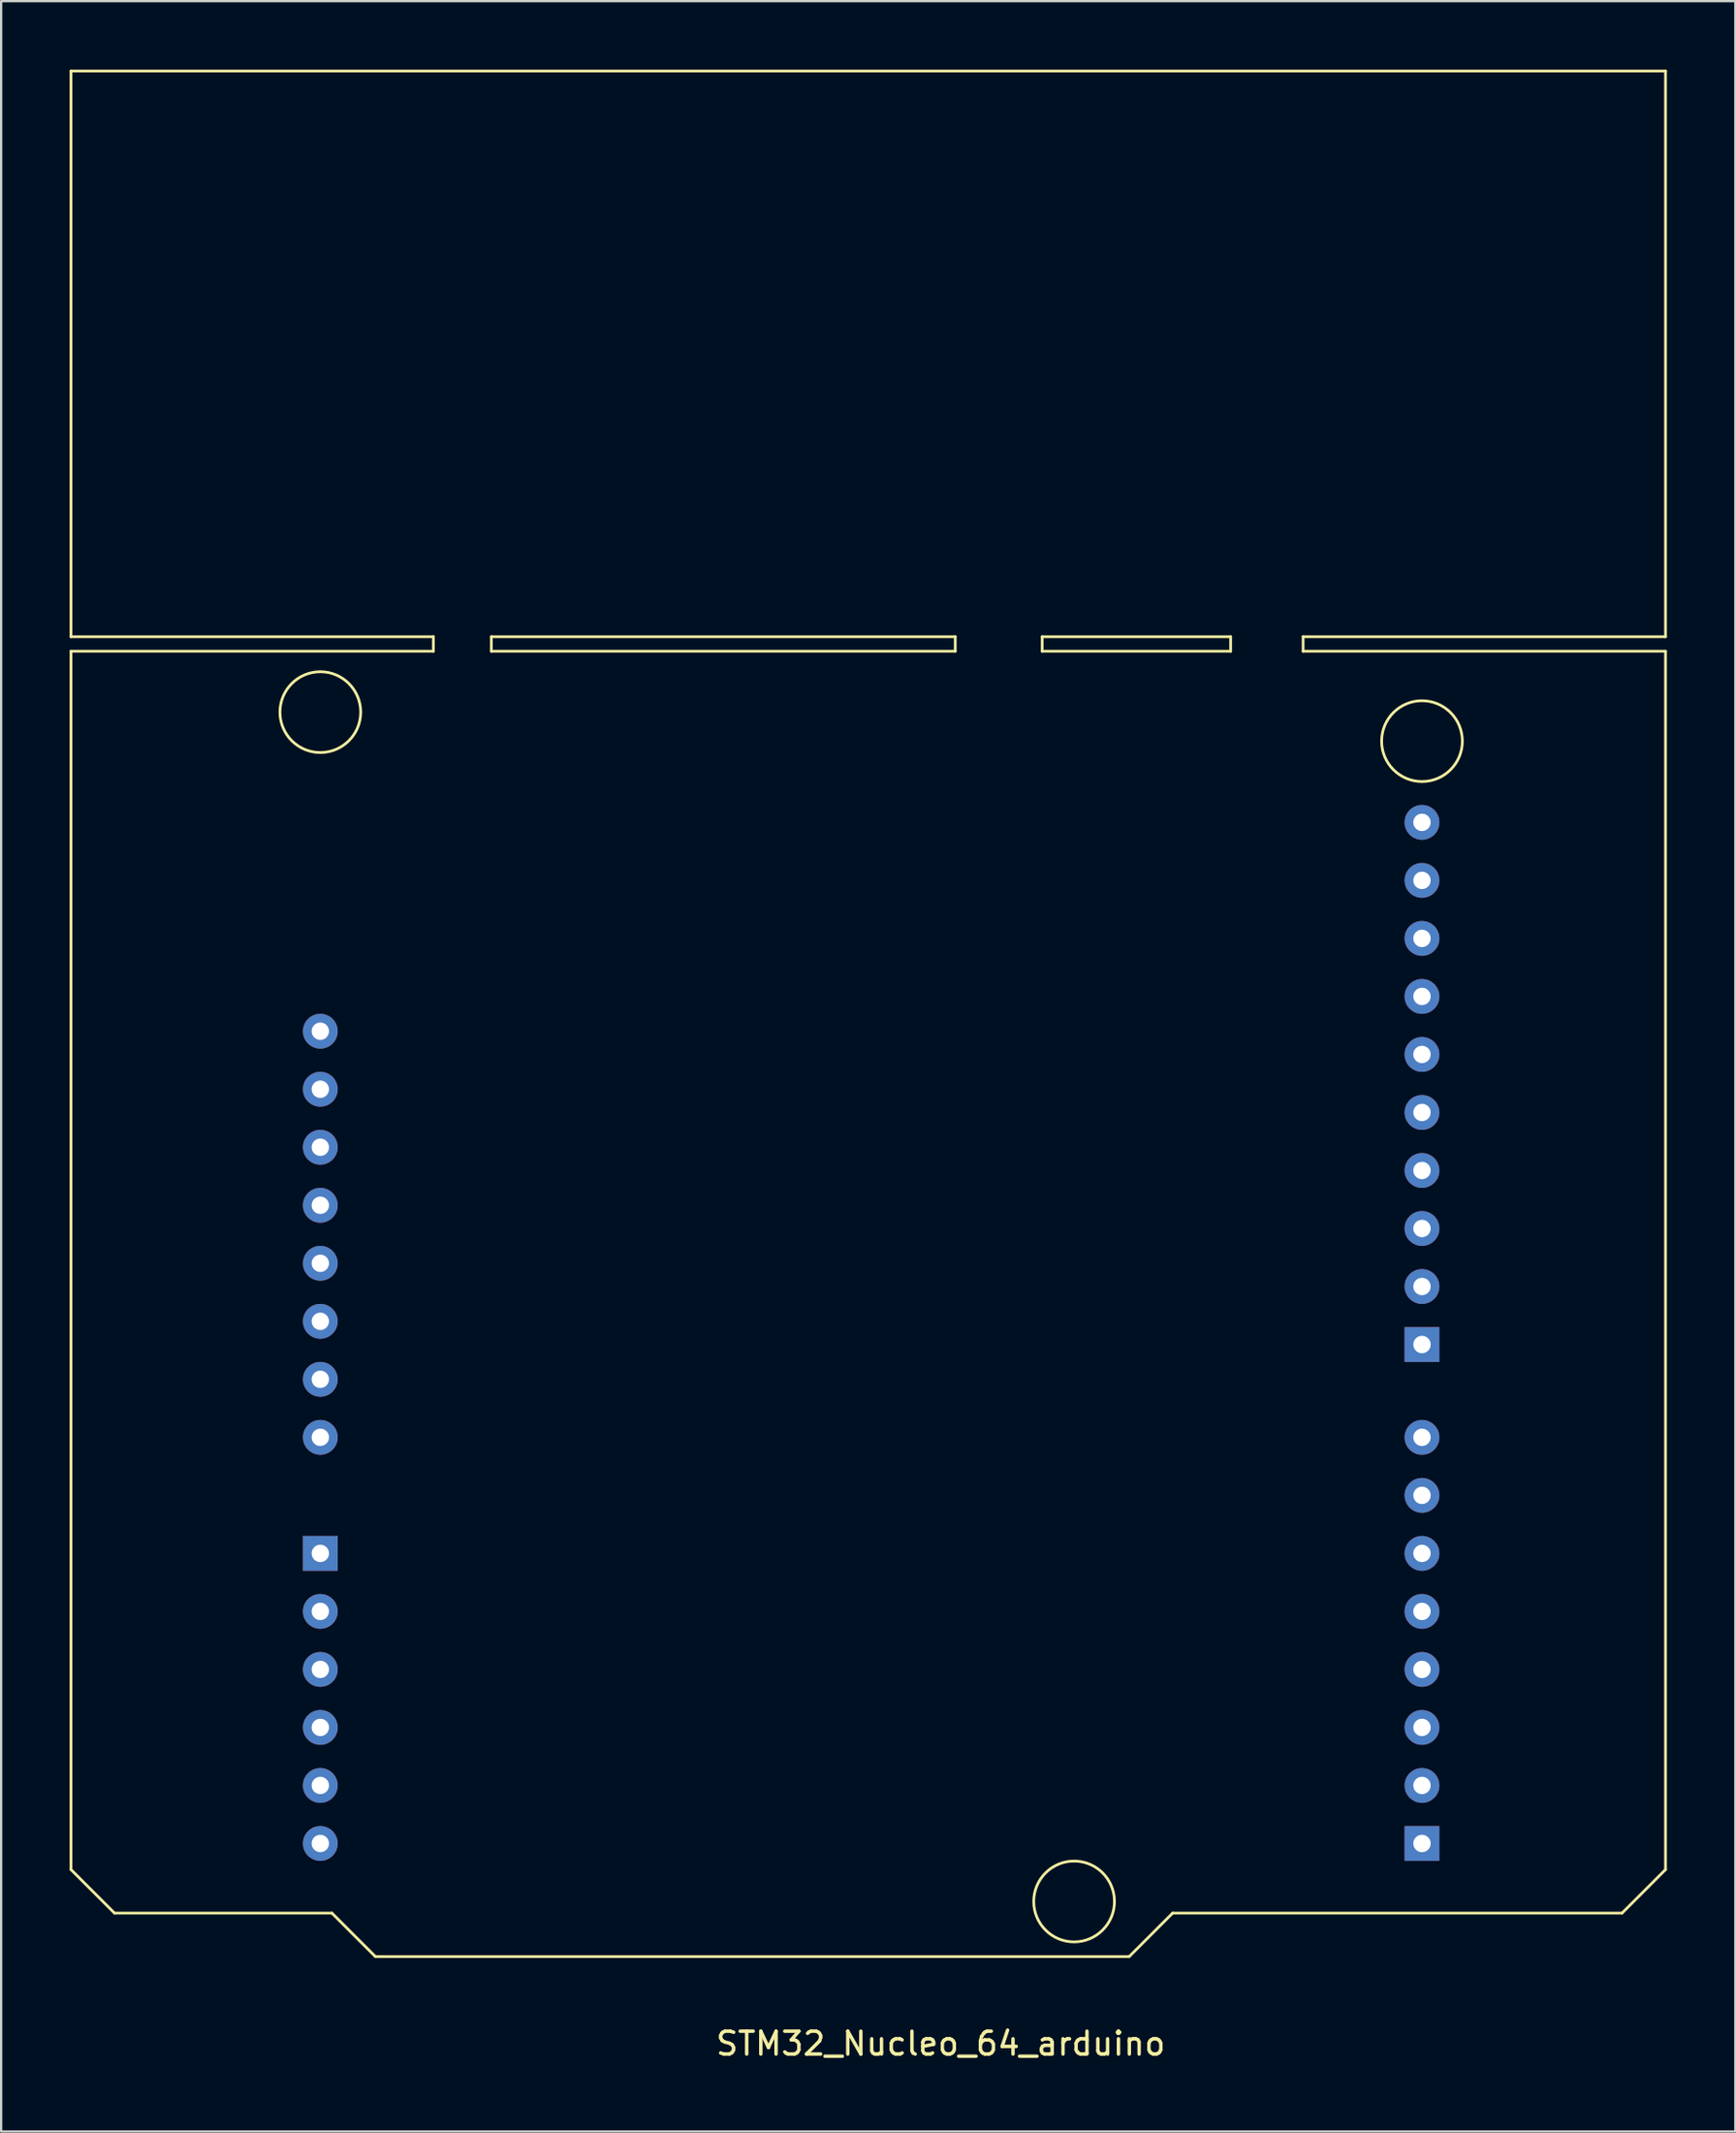
<source format=kicad_pcb>
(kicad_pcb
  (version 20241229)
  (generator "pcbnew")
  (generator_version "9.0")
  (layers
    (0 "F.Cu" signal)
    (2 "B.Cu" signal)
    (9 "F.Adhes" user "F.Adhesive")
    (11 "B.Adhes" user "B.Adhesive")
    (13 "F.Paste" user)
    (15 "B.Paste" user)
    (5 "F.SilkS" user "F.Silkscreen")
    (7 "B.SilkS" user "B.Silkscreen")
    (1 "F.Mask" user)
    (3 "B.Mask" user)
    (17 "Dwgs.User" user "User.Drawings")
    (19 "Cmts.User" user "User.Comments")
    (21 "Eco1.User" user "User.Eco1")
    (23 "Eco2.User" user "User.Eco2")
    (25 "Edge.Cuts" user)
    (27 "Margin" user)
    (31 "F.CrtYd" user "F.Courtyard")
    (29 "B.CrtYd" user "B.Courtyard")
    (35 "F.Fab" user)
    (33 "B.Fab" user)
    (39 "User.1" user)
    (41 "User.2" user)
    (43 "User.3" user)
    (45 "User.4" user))
  (footprint "STM32_Nucleo_64_arduino"
    (layer "F.Cu")
    (at 38.16 13.395)
    (property "Reference" "STM32_Nucleo_64_arduino" (at 0 73.025 0) (layer "F.SilkS") (effects (font (size 1 1) (thickness 0.15))))
    (attr through_hole)
    (fp_line (start -38.1 -13.335) (end -38.1 11.43) (stroke (width 0.12) (type solid)) (layer "F.SilkS"))
    (fp_line (start -38.1 -13.335) (end 31.75 -13.335) (stroke (width 0.12) (type solid)) (layer "F.SilkS"))
    (fp_line (start -38.1 11.43) (end -22.225 11.43) (stroke (width 0.12) (type solid)) (layer "F.SilkS"))
    (fp_line (start -38.1 12.065) (end -38.1 65.405) (stroke (width 0.12) (type solid)) (layer "F.SilkS"))
    (fp_line (start -36.195 67.31) (end -38.1 65.405) (stroke (width 0.12) (type solid)) (layer "F.SilkS"))
    (fp_line (start -36.195 67.31) (end -26.67 67.31) (stroke (width 0.12) (type solid)) (layer "F.SilkS"))
    (fp_line (start -26.67 67.31) (end -24.765 69.215) (stroke (width 0.12) (type solid)) (layer "F.SilkS"))
    (fp_line (start -24.765 69.215) (end 8.255 69.215) (stroke (width 0.12) (type solid)) (layer "F.SilkS"))
    (fp_line (start -22.225 11.43) (end -22.225 12.065) (stroke (width 0.12) (type solid)) (layer "F.SilkS"))
    (fp_line (start -22.225 12.065) (end -38.1 12.065) (stroke (width 0.12) (type solid)) (layer "F.SilkS"))
    (fp_line (start -19.685 11.43) (end -19.685 12.065) (stroke (width 0.12) (type solid)) (layer "F.SilkS"))
    (fp_line (start -19.685 11.43) (end 0.635 11.43) (stroke (width 0.12) (type solid)) (layer "F.SilkS"))
    (fp_line (start 0.635 11.43) (end 0.635 12.065) (stroke (width 0.12) (type solid)) (layer "F.SilkS"))
    (fp_line (start 0.635 12.065) (end -19.685 12.065) (stroke (width 0.12) (type solid)) (layer "F.SilkS"))
    (fp_line (start 4.445 11.43) (end 4.445 12.065) (stroke (width 0.12) (type solid)) (layer "F.SilkS"))
    (fp_line (start 4.445 11.43) (end 12.7 11.43) (stroke (width 0.12) (type solid)) (layer "F.SilkS"))
    (fp_line (start 4.445 12.065) (end 12.7 12.065) (stroke (width 0.12) (type solid)) (layer "F.SilkS"))
    (fp_line (start 8.255 69.215) (end 10.16 67.31) (stroke (width 0.12) (type solid)) (layer "F.SilkS"))
    (fp_line (start 10.16 67.31) (end 29.845 67.31) (stroke (width 0.12) (type solid)) (layer "F.SilkS"))
    (fp_line (start 12.7 11.43) (end 12.7 12.065) (stroke (width 0.12) (type solid)) (layer "F.SilkS"))
    (fp_line (start 15.875 11.43) (end 15.875 12.065) (stroke (width 0.12) (type solid)) (layer "F.SilkS"))
    (fp_line (start 15.875 11.43) (end 31.75 11.43) (stroke (width 0.12) (type solid)) (layer "F.SilkS"))
    (fp_line (start 15.875 12.065) (end 31.75 12.065) (stroke (width 0.12) (type solid)) (layer "F.SilkS"))
    (fp_line (start 29.845 67.31) (end 31.75 65.405) (stroke (width 0.12) (type solid)) (layer "F.SilkS"))
    (fp_line (start 31.75 11.43) (end 31.75 -13.335) (stroke (width 0.12) (type solid)) (layer "F.SilkS"))
    (fp_line (start 31.75 12.065) (end 31.75 65.405) (stroke (width 0.12) (type solid)) (layer "F.SilkS"))
    (fp_circle (center -27.178 14.732) (end -25.527 15.367) (stroke (width 0.12) (type solid)) (fill no) (layer "F.SilkS"))
    (fp_circle (center 5.842 66.802) (end 7.493 67.437) (stroke (width 0.12) (type solid)) (fill no) (layer "F.SilkS"))
    (fp_circle (center 21.082 16.002) (end 22.733 16.637) (stroke (width 0.12) (type solid)) (fill no) (layer "F.SilkS"))
    (pad "2" thru_hole circle (at -27.178 61.722) (size 1.524 1.524) (drill 0.762) (layers "*.Cu" "*.Mask"))
    (pad "3" thru_hole circle (at -27.178 59.182) (size 1.524 1.524) (drill 0.762) (layers "*.Cu" "*.Mask"))
    (pad "4" thru_hole circle (at -27.178 56.642) (size 1.524 1.524) (drill 0.762) (layers "*.Cu" "*.Mask"))
    (pad "5" thru_hole circle (at -27.178 54.102) (size 1.524 1.524) (drill 0.762) (layers "*.Cu" "*.Mask"))
    (pad "6" thru_hole rect (at -27.178 51.562) (size 1.524 1.524) (drill 0.762) (layers "*.Cu" "*.Mask"))
    (pad "7" thru_hole circle (at -27.178 64.262) (size 1.524 1.524) (drill 0.762) (layers "*.Cu" "*.Mask"))
    (pad "8" thru_hole circle (at -27.178 46.482) (size 1.524 1.524) (drill 0.762) (layers "*.Cu" "*.Mask"))
    (pad "9" thru_hole circle (at -27.178 43.942) (size 1.524 1.524) (drill 0.762) (layers "*.Cu" "*.Mask"))
    (pad "10" thru_hole circle (at -27.178 41.402) (size 1.524 1.524) (drill 0.762) (layers "*.Cu" "*.Mask"))
    (pad "11" thru_hole circle (at -27.178 38.862) (size 1.524 1.524) (drill 0.762) (layers "*.Cu" "*.Mask"))
    (pad "12" thru_hole circle (at -27.178 36.322) (size 1.524 1.524) (drill 0.762) (layers "*.Cu" "*.Mask"))
    (pad "13" thru_hole circle (at -27.178 33.782) (size 1.524 1.524) (drill 0.762) (layers "*.Cu" "*.Mask"))
    (pad "14" thru_hole circle (at -27.178 31.242) (size 1.524 1.524) (drill 0.762) (layers "*.Cu" "*.Mask"))
    (pad "15" thru_hole rect (at 21.082 64.262) (size 1.524 1.524) (drill 0.762) (layers "*.Cu" "*.Mask"))
    (pad "16" thru_hole circle (at 21.082 61.722) (size 1.524 1.524) (drill 0.762) (layers "*.Cu" "*.Mask"))
    (pad "17" thru_hole circle (at 21.082 59.182) (size 1.524 1.524) (drill 0.762) (layers "*.Cu" "*.Mask"))
    (pad "18" thru_hole circle (at 21.082 56.642) (size 1.524 1.524) (drill 0.762) (layers "*.Cu" "*.Mask"))
    (pad "19" thru_hole circle (at 21.082 54.102) (size 1.524 1.524) (drill 0.762) (layers "*.Cu" "*.Mask"))
    (pad "20" thru_hole circle (at 21.082 51.562) (size 1.524 1.524) (drill 0.762) (layers "*.Cu" "*.Mask"))
    (pad "21" thru_hole circle (at 21.082 49.022) (size 1.524 1.524) (drill 0.762) (layers "*.Cu" "*.Mask"))
    (pad "22" thru_hole circle (at 21.082 46.482) (size 1.524 1.524) (drill 0.762) (layers "*.Cu" "*.Mask"))
    (pad "23" thru_hole rect (at 21.082 42.418) (size 1.524 1.524) (drill 0.762) (layers "*.Cu" "*.Mask"))
    (pad "24" thru_hole circle (at 21.082 39.878) (size 1.524 1.524) (drill 0.762) (layers "*.Cu" "*.Mask"))
    (pad "25" thru_hole circle (at 21.082 37.338) (size 1.524 1.524) (drill 0.762) (layers "*.Cu" "*.Mask"))
    (pad "26" thru_hole circle (at 21.082 34.798) (size 1.524 1.524) (drill 0.762) (layers "*.Cu" "*.Mask"))
    (pad "27" thru_hole circle (at 21.082 32.258) (size 1.524 1.524) (drill 0.762) (layers "*.Cu" "*.Mask"))
    (pad "28" thru_hole circle (at 21.082 29.718) (size 1.524 1.524) (drill 0.762) (layers "*.Cu" "*.Mask"))
    (pad "29" thru_hole circle (at 21.082 27.178) (size 1.524 1.524) (drill 0.762) (layers "*.Cu" "*.Mask"))
    (pad "30" thru_hole circle (at 21.082 24.638) (size 1.524 1.524) (drill 0.762) (layers "*.Cu" "*.Mask"))
    (pad "31" thru_hole circle (at 21.082 22.098) (size 1.524 1.524) (drill 0.762) (layers "*.Cu" "*.Mask"))
    (pad "32" thru_hole circle (at 21.082 19.558) (size 1.524 1.524) (drill 0.762) (layers "*.Cu" "*.Mask"))
    (pad "33" thru_hole circle (at -27.178 28.702) (size 1.524 1.524) (drill 0.762) (layers "*.Cu" "*.Mask")))
  (gr_rect
    (start -3 -3)
    (end 72.97 90.268)
    (stroke (width 0.1) (type default))
    (fill no)
    (layer "Edge.Cuts")))
</source>
